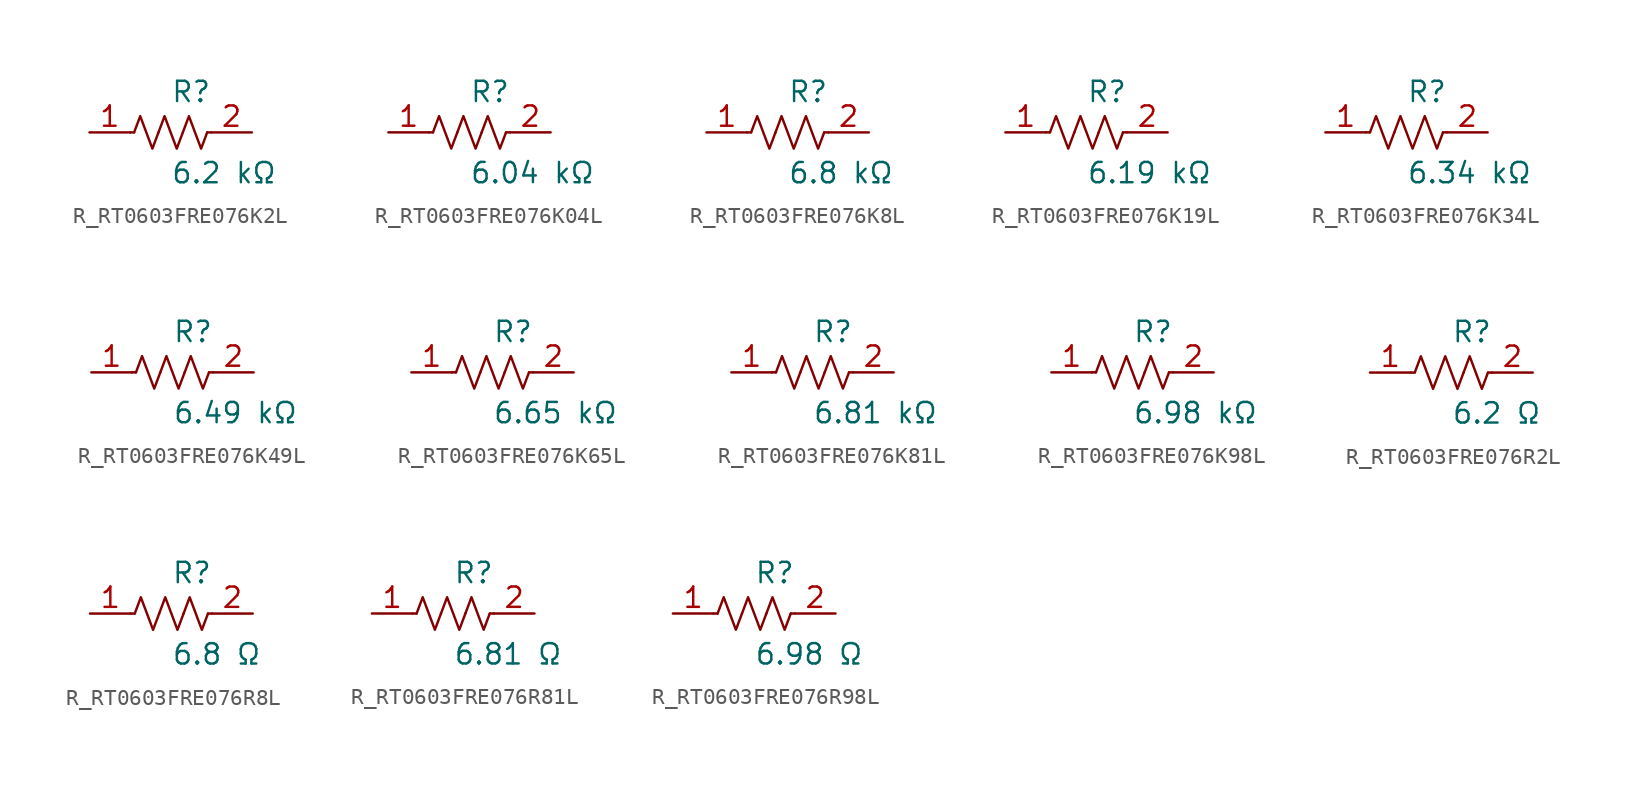
<source format=kicad_sym>
(kicad_symbol_lib
  (version 20231120)
  (generator kicad_symbol_editor)
  (generator_version 8.0)
  (symbol "R_RT0603FRE076K2L"
    (pin_names
      (offset 0.254))
    (property "Reference" "R"
      (at 0.0 2.54 0)
      (effects (font (size 1.27 1.27)) (justify left)))
    (property "Value" "6.2 kΩ"
      (at 0.0 -2.54 0)
      (effects (font (size 1.27 1.27)) (justify left)))
    (symbol "R_RT0603FRE076K2L_0_1"
      (polyline (pts (xy 2.286 0) (xy 2.54 0)) (stroke (width 0) (type default)) (fill (type none)))
      (polyline (pts (xy -2.286 0) (xy -2.54 0)) (stroke (width 0) (type default)) (fill (type none)))
      (polyline (pts (xy 0.762 0) (xy 1.143 1.016) (xy 1.524 0) (xy 1.905 -1.016) (xy 2.286 0)) (stroke (width 0) (type default)) (fill (type none)))
      (polyline (pts (xy -0.762 0) (xy -0.381 1.016) (xy 0 0) (xy 0.381 -1.016) (xy 0.762 0)) (stroke (width 0) (type default)) (fill (type none)))
      (polyline (pts (xy -2.286 0) (xy -1.905 1.016) (xy -1.524 0) (xy -1.143 -1.016) (xy -0.762 0)) (stroke (width 0) (type default)) (fill (type none))))
    (pin unspecified line
      (at -5.08 0 0)
      (length 2.54)
      (name "" (effects (font (size 1.27 1.27))))
      (number "1" (effects (font (size 1.27 1.27)))))
    (pin unspecified line
      (at 5.08 0 180)
      (length 2.54)
      (name "" (effects (font (size 1.27 1.27))))
      (number "2" (effects (font (size 1.27 1.27))))))
  (symbol "R_RT0603FRE076K04L"
    (pin_names
      (offset 0.254))
    (property "Reference" "R"
      (at 0.0 2.54 0)
      (effects (font (size 1.27 1.27)) (justify left)))
    (property "Value" "6.04 kΩ"
      (at 0.0 -2.54 0)
      (effects (font (size 1.27 1.27)) (justify left)))
    (symbol "R_RT0603FRE076K04L_0_1"
      (polyline (pts (xy 2.286 0) (xy 2.54 0)) (stroke (width 0) (type default)) (fill (type none)))
      (polyline (pts (xy -2.286 0) (xy -2.54 0)) (stroke (width 0) (type default)) (fill (type none)))
      (polyline (pts (xy 0.762 0) (xy 1.143 1.016) (xy 1.524 0) (xy 1.905 -1.016) (xy 2.286 0)) (stroke (width 0) (type default)) (fill (type none)))
      (polyline (pts (xy -0.762 0) (xy -0.381 1.016) (xy 0 0) (xy 0.381 -1.016) (xy 0.762 0)) (stroke (width 0) (type default)) (fill (type none)))
      (polyline (pts (xy -2.286 0) (xy -1.905 1.016) (xy -1.524 0) (xy -1.143 -1.016) (xy -0.762 0)) (stroke (width 0) (type default)) (fill (type none))))
    (pin unspecified line
      (at -5.08 0 0)
      (length 2.54)
      (name "" (effects (font (size 1.27 1.27))))
      (number "1" (effects (font (size 1.27 1.27)))))
    (pin unspecified line
      (at 5.08 0 180)
      (length 2.54)
      (name "" (effects (font (size 1.27 1.27))))
      (number "2" (effects (font (size 1.27 1.27))))))
  (symbol "R_RT0603FRE076K8L"
    (pin_names
      (offset 0.254))
    (property "Reference" "R"
      (at 0.0 2.54 0)
      (effects (font (size 1.27 1.27)) (justify left)))
    (property "Value" "6.8 kΩ"
      (at 0.0 -2.54 0)
      (effects (font (size 1.27 1.27)) (justify left)))
    (symbol "R_RT0603FRE076K8L_0_1"
      (polyline (pts (xy 2.286 0) (xy 2.54 0)) (stroke (width 0) (type default)) (fill (type none)))
      (polyline (pts (xy -2.286 0) (xy -2.54 0)) (stroke (width 0) (type default)) (fill (type none)))
      (polyline (pts (xy 0.762 0) (xy 1.143 1.016) (xy 1.524 0) (xy 1.905 -1.016) (xy 2.286 0)) (stroke (width 0) (type default)) (fill (type none)))
      (polyline (pts (xy -0.762 0) (xy -0.381 1.016) (xy 0 0) (xy 0.381 -1.016) (xy 0.762 0)) (stroke (width 0) (type default)) (fill (type none)))
      (polyline (pts (xy -2.286 0) (xy -1.905 1.016) (xy -1.524 0) (xy -1.143 -1.016) (xy -0.762 0)) (stroke (width 0) (type default)) (fill (type none))))
    (pin unspecified line
      (at -5.08 0 0)
      (length 2.54)
      (name "" (effects (font (size 1.27 1.27))))
      (number "1" (effects (font (size 1.27 1.27)))))
    (pin unspecified line
      (at 5.08 0 180)
      (length 2.54)
      (name "" (effects (font (size 1.27 1.27))))
      (number "2" (effects (font (size 1.27 1.27))))))
  (symbol "R_RT0603FRE076K19L"
    (pin_names
      (offset 0.254))
    (property "Reference" "R"
      (at 0.0 2.54 0)
      (effects (font (size 1.27 1.27)) (justify left)))
    (property "Value" "6.19 kΩ"
      (at 0.0 -2.54 0)
      (effects (font (size 1.27 1.27)) (justify left)))
    (symbol "R_RT0603FRE076K19L_0_1"
      (polyline (pts (xy 2.286 0) (xy 2.54 0)) (stroke (width 0) (type default)) (fill (type none)))
      (polyline (pts (xy -2.286 0) (xy -2.54 0)) (stroke (width 0) (type default)) (fill (type none)))
      (polyline (pts (xy 0.762 0) (xy 1.143 1.016) (xy 1.524 0) (xy 1.905 -1.016) (xy 2.286 0)) (stroke (width 0) (type default)) (fill (type none)))
      (polyline (pts (xy -0.762 0) (xy -0.381 1.016) (xy 0 0) (xy 0.381 -1.016) (xy 0.762 0)) (stroke (width 0) (type default)) (fill (type none)))
      (polyline (pts (xy -2.286 0) (xy -1.905 1.016) (xy -1.524 0) (xy -1.143 -1.016) (xy -0.762 0)) (stroke (width 0) (type default)) (fill (type none))))
    (pin unspecified line
      (at -5.08 0 0)
      (length 2.54)
      (name "" (effects (font (size 1.27 1.27))))
      (number "1" (effects (font (size 1.27 1.27)))))
    (pin unspecified line
      (at 5.08 0 180)
      (length 2.54)
      (name "" (effects (font (size 1.27 1.27))))
      (number "2" (effects (font (size 1.27 1.27))))))
  (symbol "R_RT0603FRE076K34L"
    (pin_names
      (offset 0.254))
    (property "Reference" "R"
      (at 0.0 2.54 0)
      (effects (font (size 1.27 1.27)) (justify left)))
    (property "Value" "6.34 kΩ"
      (at 0.0 -2.54 0)
      (effects (font (size 1.27 1.27)) (justify left)))
    (symbol "R_RT0603FRE076K34L_0_1"
      (polyline (pts (xy 2.286 0) (xy 2.54 0)) (stroke (width 0) (type default)) (fill (type none)))
      (polyline (pts (xy -2.286 0) (xy -2.54 0)) (stroke (width 0) (type default)) (fill (type none)))
      (polyline (pts (xy 0.762 0) (xy 1.143 1.016) (xy 1.524 0) (xy 1.905 -1.016) (xy 2.286 0)) (stroke (width 0) (type default)) (fill (type none)))
      (polyline (pts (xy -0.762 0) (xy -0.381 1.016) (xy 0 0) (xy 0.381 -1.016) (xy 0.762 0)) (stroke (width 0) (type default)) (fill (type none)))
      (polyline (pts (xy -2.286 0) (xy -1.905 1.016) (xy -1.524 0) (xy -1.143 -1.016) (xy -0.762 0)) (stroke (width 0) (type default)) (fill (type none))))
    (pin unspecified line
      (at -5.08 0 0)
      (length 2.54)
      (name "" (effects (font (size 1.27 1.27))))
      (number "1" (effects (font (size 1.27 1.27)))))
    (pin unspecified line
      (at 5.08 0 180)
      (length 2.54)
      (name "" (effects (font (size 1.27 1.27))))
      (number "2" (effects (font (size 1.27 1.27))))))
  (symbol "R_RT0603FRE076K49L"
    (pin_names
      (offset 0.254))
    (property "Reference" "R"
      (at 0.0 2.54 0)
      (effects (font (size 1.27 1.27)) (justify left)))
    (property "Value" "6.49 kΩ"
      (at 0.0 -2.54 0)
      (effects (font (size 1.27 1.27)) (justify left)))
    (symbol "R_RT0603FRE076K49L_0_1"
      (polyline (pts (xy 2.286 0) (xy 2.54 0)) (stroke (width 0) (type default)) (fill (type none)))
      (polyline (pts (xy -2.286 0) (xy -2.54 0)) (stroke (width 0) (type default)) (fill (type none)))
      (polyline (pts (xy 0.762 0) (xy 1.143 1.016) (xy 1.524 0) (xy 1.905 -1.016) (xy 2.286 0)) (stroke (width 0) (type default)) (fill (type none)))
      (polyline (pts (xy -0.762 0) (xy -0.381 1.016) (xy 0 0) (xy 0.381 -1.016) (xy 0.762 0)) (stroke (width 0) (type default)) (fill (type none)))
      (polyline (pts (xy -2.286 0) (xy -1.905 1.016) (xy -1.524 0) (xy -1.143 -1.016) (xy -0.762 0)) (stroke (width 0) (type default)) (fill (type none))))
    (pin unspecified line
      (at -5.08 0 0)
      (length 2.54)
      (name "" (effects (font (size 1.27 1.27))))
      (number "1" (effects (font (size 1.27 1.27)))))
    (pin unspecified line
      (at 5.08 0 180)
      (length 2.54)
      (name "" (effects (font (size 1.27 1.27))))
      (number "2" (effects (font (size 1.27 1.27))))))
  (symbol "R_RT0603FRE076K65L"
    (pin_names
      (offset 0.254))
    (property "Reference" "R"
      (at 0.0 2.54 0)
      (effects (font (size 1.27 1.27)) (justify left)))
    (property "Value" "6.65 kΩ"
      (at 0.0 -2.54 0)
      (effects (font (size 1.27 1.27)) (justify left)))
    (symbol "R_RT0603FRE076K65L_0_1"
      (polyline (pts (xy 2.286 0) (xy 2.54 0)) (stroke (width 0) (type default)) (fill (type none)))
      (polyline (pts (xy -2.286 0) (xy -2.54 0)) (stroke (width 0) (type default)) (fill (type none)))
      (polyline (pts (xy 0.762 0) (xy 1.143 1.016) (xy 1.524 0) (xy 1.905 -1.016) (xy 2.286 0)) (stroke (width 0) (type default)) (fill (type none)))
      (polyline (pts (xy -0.762 0) (xy -0.381 1.016) (xy 0 0) (xy 0.381 -1.016) (xy 0.762 0)) (stroke (width 0) (type default)) (fill (type none)))
      (polyline (pts (xy -2.286 0) (xy -1.905 1.016) (xy -1.524 0) (xy -1.143 -1.016) (xy -0.762 0)) (stroke (width 0) (type default)) (fill (type none))))
    (pin unspecified line
      (at -5.08 0 0)
      (length 2.54)
      (name "" (effects (font (size 1.27 1.27))))
      (number "1" (effects (font (size 1.27 1.27)))))
    (pin unspecified line
      (at 5.08 0 180)
      (length 2.54)
      (name "" (effects (font (size 1.27 1.27))))
      (number "2" (effects (font (size 1.27 1.27))))))
  (symbol "R_RT0603FRE076K81L"
    (pin_names
      (offset 0.254))
    (property "Reference" "R"
      (at 0.0 2.54 0)
      (effects (font (size 1.27 1.27)) (justify left)))
    (property "Value" "6.81 kΩ"
      (at 0.0 -2.54 0)
      (effects (font (size 1.27 1.27)) (justify left)))
    (symbol "R_RT0603FRE076K81L_0_1"
      (polyline (pts (xy 2.286 0) (xy 2.54 0)) (stroke (width 0) (type default)) (fill (type none)))
      (polyline (pts (xy -2.286 0) (xy -2.54 0)) (stroke (width 0) (type default)) (fill (type none)))
      (polyline (pts (xy 0.762 0) (xy 1.143 1.016) (xy 1.524 0) (xy 1.905 -1.016) (xy 2.286 0)) (stroke (width 0) (type default)) (fill (type none)))
      (polyline (pts (xy -0.762 0) (xy -0.381 1.016) (xy 0 0) (xy 0.381 -1.016) (xy 0.762 0)) (stroke (width 0) (type default)) (fill (type none)))
      (polyline (pts (xy -2.286 0) (xy -1.905 1.016) (xy -1.524 0) (xy -1.143 -1.016) (xy -0.762 0)) (stroke (width 0) (type default)) (fill (type none))))
    (pin unspecified line
      (at -5.08 0 0)
      (length 2.54)
      (name "" (effects (font (size 1.27 1.27))))
      (number "1" (effects (font (size 1.27 1.27)))))
    (pin unspecified line
      (at 5.08 0 180)
      (length 2.54)
      (name "" (effects (font (size 1.27 1.27))))
      (number "2" (effects (font (size 1.27 1.27))))))
  (symbol "R_RT0603FRE076K98L"
    (pin_names
      (offset 0.254))
    (property "Reference" "R"
      (at 0.0 2.54 0)
      (effects (font (size 1.27 1.27)) (justify left)))
    (property "Value" "6.98 kΩ"
      (at 0.0 -2.54 0)
      (effects (font (size 1.27 1.27)) (justify left)))
    (symbol "R_RT0603FRE076K98L_0_1"
      (polyline (pts (xy 2.286 0) (xy 2.54 0)) (stroke (width 0) (type default)) (fill (type none)))
      (polyline (pts (xy -2.286 0) (xy -2.54 0)) (stroke (width 0) (type default)) (fill (type none)))
      (polyline (pts (xy 0.762 0) (xy 1.143 1.016) (xy 1.524 0) (xy 1.905 -1.016) (xy 2.286 0)) (stroke (width 0) (type default)) (fill (type none)))
      (polyline (pts (xy -0.762 0) (xy -0.381 1.016) (xy 0 0) (xy 0.381 -1.016) (xy 0.762 0)) (stroke (width 0) (type default)) (fill (type none)))
      (polyline (pts (xy -2.286 0) (xy -1.905 1.016) (xy -1.524 0) (xy -1.143 -1.016) (xy -0.762 0)) (stroke (width 0) (type default)) (fill (type none))))
    (pin unspecified line
      (at -5.08 0 0)
      (length 2.54)
      (name "" (effects (font (size 1.27 1.27))))
      (number "1" (effects (font (size 1.27 1.27)))))
    (pin unspecified line
      (at 5.08 0 180)
      (length 2.54)
      (name "" (effects (font (size 1.27 1.27))))
      (number "2" (effects (font (size 1.27 1.27))))))
  (symbol "R_RT0603FRE076R2L"
    (pin_names
      (offset 0.254))
    (property "Reference" "R"
      (at 0.0 2.54 0)
      (effects (font (size 1.27 1.27)) (justify left)))
    (property "Value" "6.2 Ω"
      (at 0.0 -2.54 0)
      (effects (font (size 1.27 1.27)) (justify left)))
    (symbol "R_RT0603FRE076R2L_0_1"
      (polyline (pts (xy 2.286 0) (xy 2.54 0)) (stroke (width 0) (type default)) (fill (type none)))
      (polyline (pts (xy -2.286 0) (xy -2.54 0)) (stroke (width 0) (type default)) (fill (type none)))
      (polyline (pts (xy 0.762 0) (xy 1.143 1.016) (xy 1.524 0) (xy 1.905 -1.016) (xy 2.286 0)) (stroke (width 0) (type default)) (fill (type none)))
      (polyline (pts (xy -0.762 0) (xy -0.381 1.016) (xy 0 0) (xy 0.381 -1.016) (xy 0.762 0)) (stroke (width 0) (type default)) (fill (type none)))
      (polyline (pts (xy -2.286 0) (xy -1.905 1.016) (xy -1.524 0) (xy -1.143 -1.016) (xy -0.762 0)) (stroke (width 0) (type default)) (fill (type none))))
    (pin unspecified line
      (at -5.08 0 0)
      (length 2.54)
      (name "" (effects (font (size 1.27 1.27))))
      (number "1" (effects (font (size 1.27 1.27)))))
    (pin unspecified line
      (at 5.08 0 180)
      (length 2.54)
      (name "" (effects (font (size 1.27 1.27))))
      (number "2" (effects (font (size 1.27 1.27))))))
  (symbol "R_RT0603FRE076R8L"
    (pin_names
      (offset 0.254))
    (property "Reference" "R"
      (at 0.0 2.54 0)
      (effects (font (size 1.27 1.27)) (justify left)))
    (property "Value" "6.8 Ω"
      (at 0.0 -2.54 0)
      (effects (font (size 1.27 1.27)) (justify left)))
    (symbol "R_RT0603FRE076R8L_0_1"
      (polyline (pts (xy 2.286 0) (xy 2.54 0)) (stroke (width 0) (type default)) (fill (type none)))
      (polyline (pts (xy -2.286 0) (xy -2.54 0)) (stroke (width 0) (type default)) (fill (type none)))
      (polyline (pts (xy 0.762 0) (xy 1.143 1.016) (xy 1.524 0) (xy 1.905 -1.016) (xy 2.286 0)) (stroke (width 0) (type default)) (fill (type none)))
      (polyline (pts (xy -0.762 0) (xy -0.381 1.016) (xy 0 0) (xy 0.381 -1.016) (xy 0.762 0)) (stroke (width 0) (type default)) (fill (type none)))
      (polyline (pts (xy -2.286 0) (xy -1.905 1.016) (xy -1.524 0) (xy -1.143 -1.016) (xy -0.762 0)) (stroke (width 0) (type default)) (fill (type none))))
    (pin unspecified line
      (at -5.08 0 0)
      (length 2.54)
      (name "" (effects (font (size 1.27 1.27))))
      (number "1" (effects (font (size 1.27 1.27)))))
    (pin unspecified line
      (at 5.08 0 180)
      (length 2.54)
      (name "" (effects (font (size 1.27 1.27))))
      (number "2" (effects (font (size 1.27 1.27))))))
  (symbol "R_RT0603FRE076R81L"
    (pin_names
      (offset 0.254))
    (property "Reference" "R"
      (at 0.0 2.54 0)
      (effects (font (size 1.27 1.27)) (justify left)))
    (property "Value" "6.81 Ω"
      (at 0.0 -2.54 0)
      (effects (font (size 1.27 1.27)) (justify left)))
    (symbol "R_RT0603FRE076R81L_0_1"
      (polyline (pts (xy 2.286 0) (xy 2.54 0)) (stroke (width 0) (type default)) (fill (type none)))
      (polyline (pts (xy -2.286 0) (xy -2.54 0)) (stroke (width 0) (type default)) (fill (type none)))
      (polyline (pts (xy 0.762 0) (xy 1.143 1.016) (xy 1.524 0) (xy 1.905 -1.016) (xy 2.286 0)) (stroke (width 0) (type default)) (fill (type none)))
      (polyline (pts (xy -0.762 0) (xy -0.381 1.016) (xy 0 0) (xy 0.381 -1.016) (xy 0.762 0)) (stroke (width 0) (type default)) (fill (type none)))
      (polyline (pts (xy -2.286 0) (xy -1.905 1.016) (xy -1.524 0) (xy -1.143 -1.016) (xy -0.762 0)) (stroke (width 0) (type default)) (fill (type none))))
    (pin unspecified line
      (at -5.08 0 0)
      (length 2.54)
      (name "" (effects (font (size 1.27 1.27))))
      (number "1" (effects (font (size 1.27 1.27)))))
    (pin unspecified line
      (at 5.08 0 180)
      (length 2.54)
      (name "" (effects (font (size 1.27 1.27))))
      (number "2" (effects (font (size 1.27 1.27))))))
  (symbol "R_RT0603FRE076R98L"
    (pin_names
      (offset 0.254))
    (property "Reference" "R"
      (at 0.0 2.54 0)
      (effects (font (size 1.27 1.27)) (justify left)))
    (property "Value" "6.98 Ω"
      (at 0.0 -2.54 0)
      (effects (font (size 1.27 1.27)) (justify left)))
    (symbol "R_RT0603FRE076R98L_0_1"
      (polyline (pts (xy 2.286 0) (xy 2.54 0)) (stroke (width 0) (type default)) (fill (type none)))
      (polyline (pts (xy -2.286 0) (xy -2.54 0)) (stroke (width 0) (type default)) (fill (type none)))
      (polyline (pts (xy 0.762 0) (xy 1.143 1.016) (xy 1.524 0) (xy 1.905 -1.016) (xy 2.286 0)) (stroke (width 0) (type default)) (fill (type none)))
      (polyline (pts (xy -0.762 0) (xy -0.381 1.016) (xy 0 0) (xy 0.381 -1.016) (xy 0.762 0)) (stroke (width 0) (type default)) (fill (type none)))
      (polyline (pts (xy -2.286 0) (xy -1.905 1.016) (xy -1.524 0) (xy -1.143 -1.016) (xy -0.762 0)) (stroke (width 0) (type default)) (fill (type none))))
    (pin unspecified line
      (at -5.08 0 0)
      (length 2.54)
      (name "" (effects (font (size 1.27 1.27))))
      (number "1" (effects (font (size 1.27 1.27)))))
    (pin unspecified line
      (at 5.08 0 180)
      (length 2.54)
      (name "" (effects (font (size 1.27 1.27))))
      (number "2" (effects (font (size 1.27 1.27)))))))
</source>
